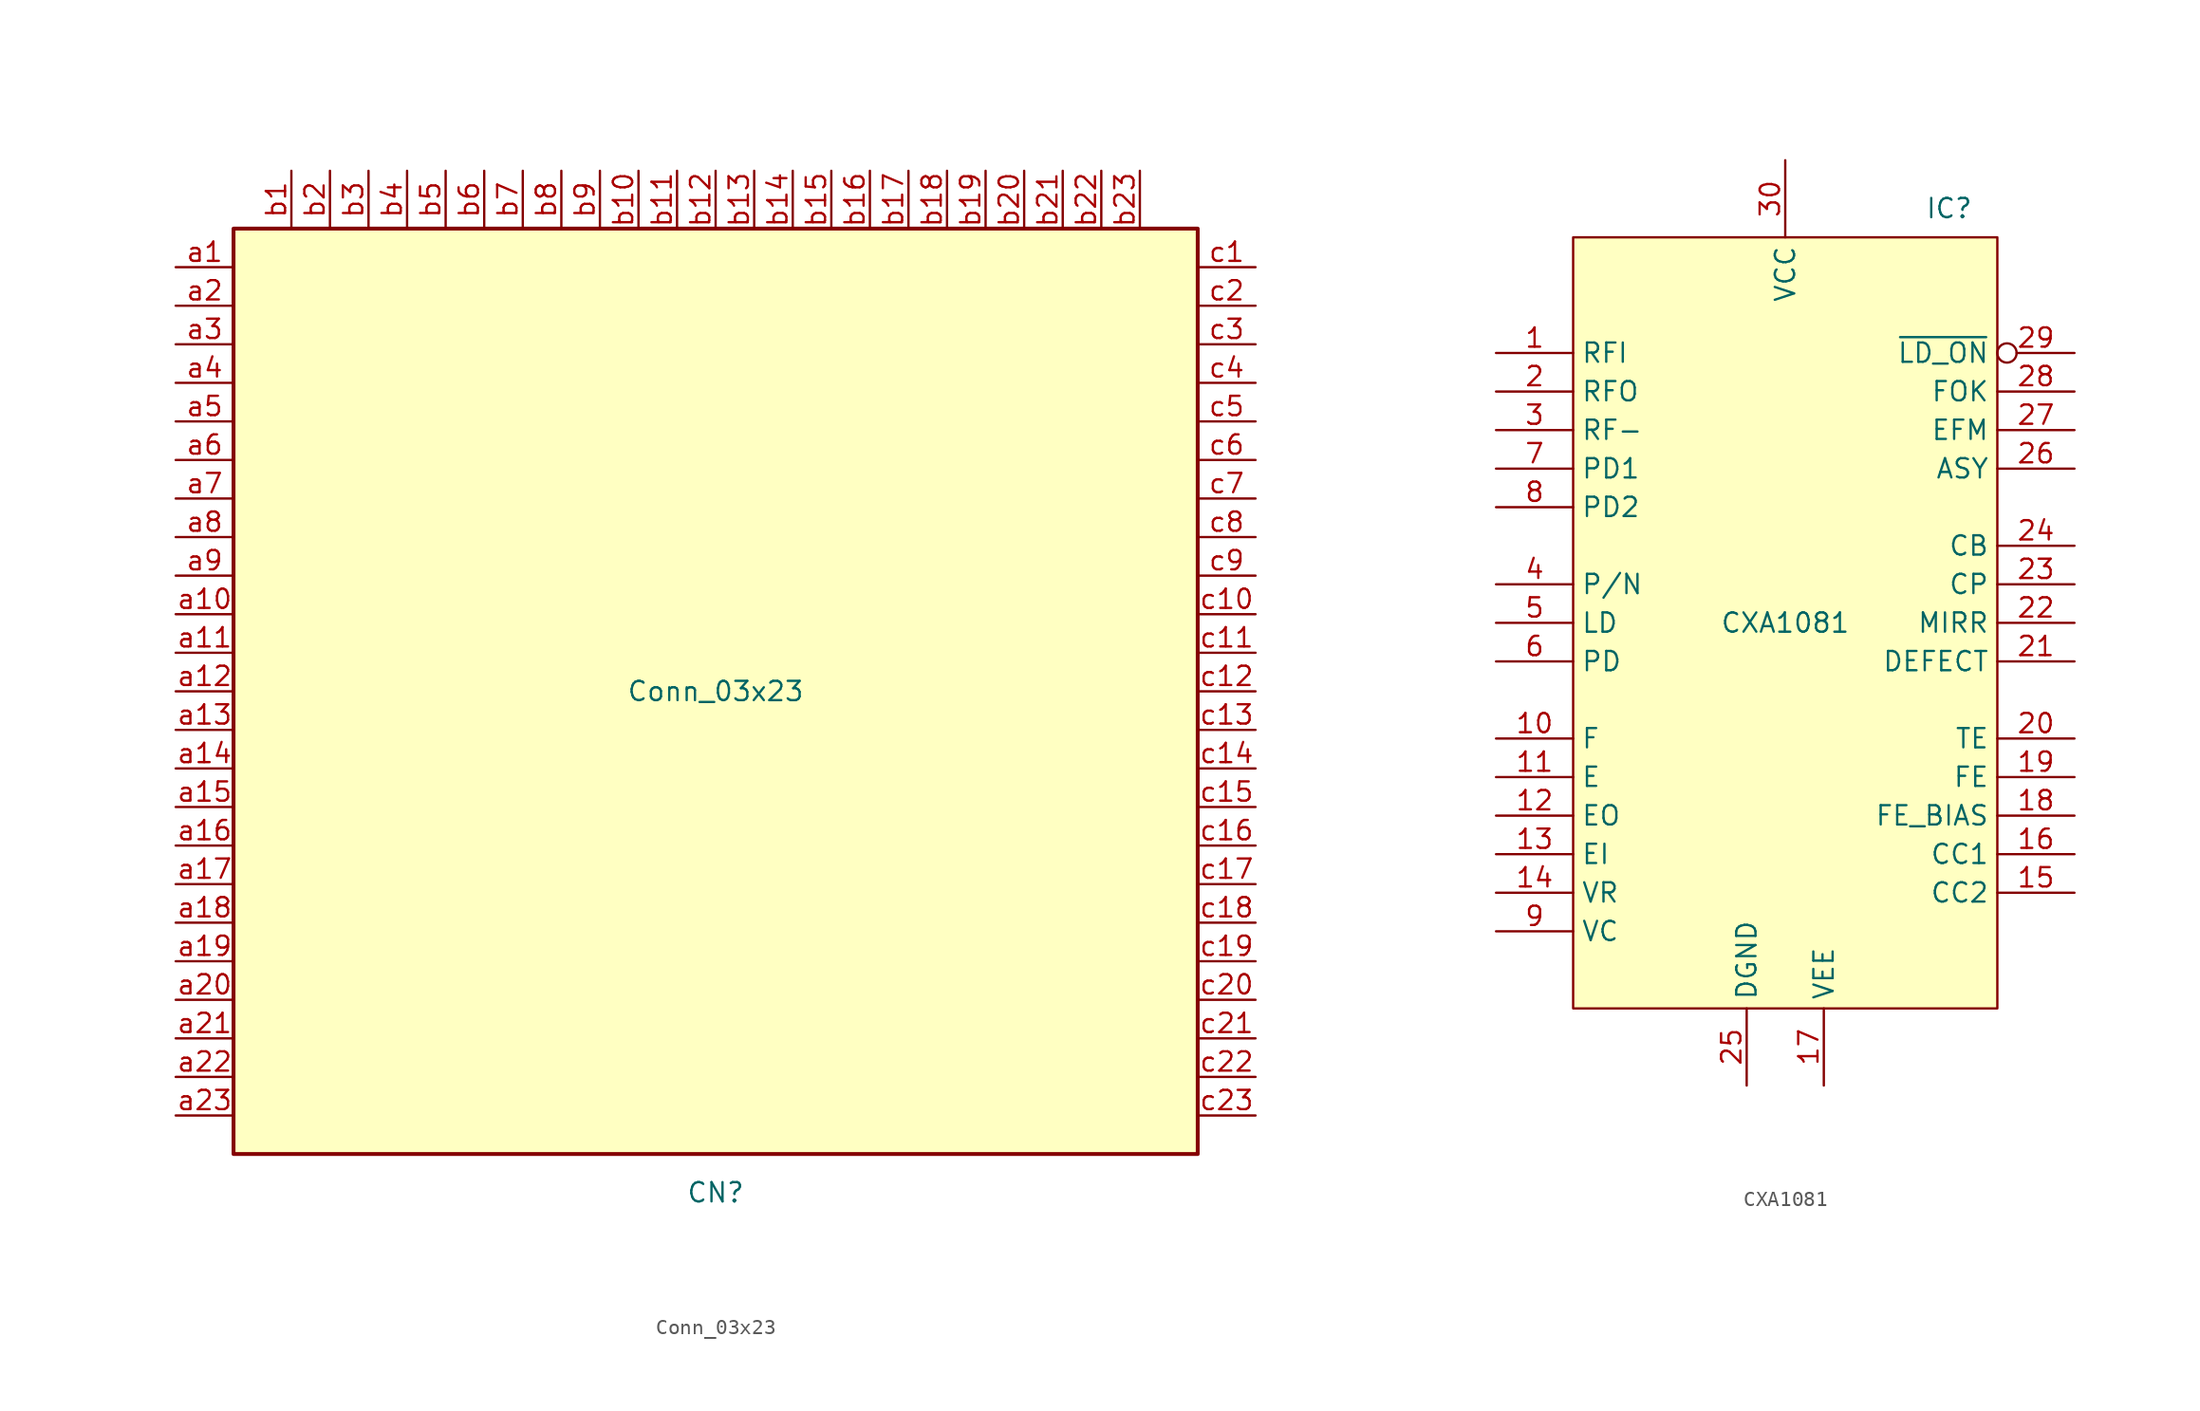
<source format=kicad_sym>
(kicad_symbol_lib
  (version 20220914)
  (generator kicad_symbol_editor)
  (symbol "Conn_03x23"
    (pin_names
      (offset 1.016) hide)
    (property "Reference" "CN"
      (at 0 -33.02 0)
      (effects (font (size 1.27 1.27))))
    (property "Value" "Conn_03x23"
      (at 0 0 0)
      (effects (font (size 1.27 1.27))))
    (symbol "Conn_03x23_1_1"
      (rectangle (start -31.75 30.48) (end 31.75 -30.48) (stroke (width 0.254) (type default)) (fill (type background)))
      (pin passive line (at -35.56 27.94 0) (length 3.81) (name "Pin_a1" (effects (font (size 1.27 1.27)))) (number "a1" (effects (font (size 1.27 1.27)))))
      (pin passive line (at -35.56 5.08 0) (length 3.81) (name "Pin_a10" (effects (font (size 1.27 1.27)))) (number "a10" (effects (font (size 1.27 1.27)))))
      (pin passive line (at -35.56 2.54 0) (length 3.81) (name "Pin_a11" (effects (font (size 1.27 1.27)))) (number "a11" (effects (font (size 1.27 1.27)))))
      (pin passive line (at -35.56 0 0) (length 3.81) (name "Pin_a12" (effects (font (size 1.27 1.27)))) (number "a12" (effects (font (size 1.27 1.27)))))
      (pin passive line (at -35.56 -2.54 0) (length 3.81) (name "Pin_a13" (effects (font (size 1.27 1.27)))) (number "a13" (effects (font (size 1.27 1.27)))))
      (pin passive line (at -35.56 -5.08 0) (length 3.81) (name "Pin_a14" (effects (font (size 1.27 1.27)))) (number "a14" (effects (font (size 1.27 1.27)))))
      (pin passive line (at -35.56 -7.62 0) (length 3.81) (name "Pin_a15" (effects (font (size 1.27 1.27)))) (number "a15" (effects (font (size 1.27 1.27)))))
      (pin passive line (at -35.56 -10.16 0) (length 3.81) (name "Pin_a16" (effects (font (size 1.27 1.27)))) (number "a16" (effects (font (size 1.27 1.27)))))
      (pin passive line (at -35.56 -12.7 0) (length 3.81) (name "Pin_a17" (effects (font (size 1.27 1.27)))) (number "a17" (effects (font (size 1.27 1.27)))))
      (pin passive line (at -35.56 -15.24 0) (length 3.81) (name "Pin_a18" (effects (font (size 1.27 1.27)))) (number "a18" (effects (font (size 1.27 1.27)))))
      (pin passive line (at -35.56 -17.78 0) (length 3.81) (name "Pin_a19" (effects (font (size 1.27 1.27)))) (number "a19" (effects (font (size 1.27 1.27)))))
      (pin passive line (at -35.56 25.4 0) (length 3.81) (name "Pin_a2" (effects (font (size 1.27 1.27)))) (number "a2" (effects (font (size 1.27 1.27)))))
      (pin passive line (at -35.56 -20.32 0) (length 3.81) (name "Pin_a20" (effects (font (size 1.27 1.27)))) (number "a20" (effects (font (size 1.27 1.27)))))
      (pin passive line (at -35.56 -22.86 0) (length 3.81) (name "Pin_a21" (effects (font (size 1.27 1.27)))) (number "a21" (effects (font (size 1.27 1.27)))))
      (pin passive line (at -35.56 -25.4 0) (length 3.81) (name "Pin_a22" (effects (font (size 1.27 1.27)))) (number "a22" (effects (font (size 1.27 1.27)))))
      (pin passive line (at -35.56 -27.94 0) (length 3.81) (name "Pin_a23" (effects (font (size 1.27 1.27)))) (number "a23" (effects (font (size 1.27 1.27)))))
      (pin passive line (at -35.56 22.86 0) (length 3.81) (name "Pin_a3" (effects (font (size 1.27 1.27)))) (number "a3" (effects (font (size 1.27 1.27)))))
      (pin passive line (at -35.56 20.32 0) (length 3.81) (name "Pin_a4" (effects (font (size 1.27 1.27)))) (number "a4" (effects (font (size 1.27 1.27)))))
      (pin passive line (at -35.56 17.78 0) (length 3.81) (name "Pin_a5" (effects (font (size 1.27 1.27)))) (number "a5" (effects (font (size 1.27 1.27)))))
      (pin passive line (at -35.56 15.24 0) (length 3.81) (name "Pin_a6" (effects (font (size 1.27 1.27)))) (number "a6" (effects (font (size 1.27 1.27)))))
      (pin passive line (at -35.56 12.7 0) (length 3.81) (name "Pin_a7" (effects (font (size 1.27 1.27)))) (number "a7" (effects (font (size 1.27 1.27)))))
      (pin passive line (at -35.56 10.16 0) (length 3.81) (name "Pin_a8" (effects (font (size 1.27 1.27)))) (number "a8" (effects (font (size 1.27 1.27)))))
      (pin passive line (at -35.56 7.62 0) (length 3.81) (name "Pin_a9" (effects (font (size 1.27 1.27)))) (number "a9" (effects (font (size 1.27 1.27)))))
      (pin passive line (at -27.94 34.29 270) (length 3.81) (name "Pin_b1" (effects (font (size 1.27 1.27)))) (number "b1" (effects (font (size 1.27 1.27)))))
      (pin passive line (at -5.08 34.29 270) (length 3.81) (name "Pin_b10" (effects (font (size 1.27 1.27)))) (number "b10" (effects (font (size 1.27 1.27)))))
      (pin passive line (at -2.54 34.29 270) (length 3.81) (name "Pin_b11" (effects (font (size 1.27 1.27)))) (number "b11" (effects (font (size 1.27 1.27)))))
      (pin passive line (at 0 34.29 270) (length 3.81) (name "Pin_b12" (effects (font (size 1.27 1.27)))) (number "b12" (effects (font (size 1.27 1.27)))))
      (pin passive line (at 2.54 34.29 270) (length 3.81) (name "Pin_b13" (effects (font (size 1.27 1.27)))) (number "b13" (effects (font (size 1.27 1.27)))))
      (pin passive line (at 5.08 34.29 270) (length 3.81) (name "Pin_b14" (effects (font (size 1.27 1.27)))) (number "b14" (effects (font (size 1.27 1.27)))))
      (pin passive line (at 7.62 34.29 270) (length 3.81) (name "Pin_b15" (effects (font (size 1.27 1.27)))) (number "b15" (effects (font (size 1.27 1.27)))))
      (pin passive line (at 10.16 34.29 270) (length 3.81) (name "Pin_b16" (effects (font (size 1.27 1.27)))) (number "b16" (effects (font (size 1.27 1.27)))))
      (pin passive line (at 12.7 34.29 270) (length 3.81) (name "Pin_b17" (effects (font (size 1.27 1.27)))) (number "b17" (effects (font (size 1.27 1.27)))))
      (pin passive line (at 15.24 34.29 270) (length 3.81) (name "Pin_b18" (effects (font (size 1.27 1.27)))) (number "b18" (effects (font (size 1.27 1.27)))))
      (pin passive line (at 17.78 34.29 270) (length 3.81) (name "Pin_b19" (effects (font (size 1.27 1.27)))) (number "b19" (effects (font (size 1.27 1.27)))))
      (pin passive line (at -25.4 34.29 270) (length 3.81) (name "Pin_b2" (effects (font (size 1.27 1.27)))) (number "b2" (effects (font (size 1.27 1.27)))))
      (pin passive line (at 20.32 34.29 270) (length 3.81) (name "Pin_b20" (effects (font (size 1.27 1.27)))) (number "b20" (effects (font (size 1.27 1.27)))))
      (pin passive line (at 22.86 34.29 270) (length 3.81) (name "Pin_b21" (effects (font (size 1.27 1.27)))) (number "b21" (effects (font (size 1.27 1.27)))))
      (pin passive line (at 25.4 34.29 270) (length 3.81) (name "Pin_b22" (effects (font (size 1.27 1.27)))) (number "b22" (effects (font (size 1.27 1.27)))))
      (pin passive line (at 27.94 34.29 270) (length 3.81) (name "Pin_b23" (effects (font (size 1.27 1.27)))) (number "b23" (effects (font (size 1.27 1.27)))))
      (pin passive line (at -22.86 34.29 270) (length 3.81) (name "Pin_b3" (effects (font (size 1.27 1.27)))) (number "b3" (effects (font (size 1.27 1.27)))))
      (pin passive line (at -20.32 34.29 270) (length 3.81) (name "Pin_b4" (effects (font (size 1.27 1.27)))) (number "b4" (effects (font (size 1.27 1.27)))))
      (pin passive line (at -17.78 34.29 270) (length 3.81) (name "Pin_b5" (effects (font (size 1.27 1.27)))) (number "b5" (effects (font (size 1.27 1.27)))))
      (pin passive line (at -15.24 34.29 270) (length 3.81) (name "Pin_b6" (effects (font (size 1.27 1.27)))) (number "b6" (effects (font (size 1.27 1.27)))))
      (pin passive line (at -12.7 34.29 270) (length 3.81) (name "Pin_b7" (effects (font (size 1.27 1.27)))) (number "b7" (effects (font (size 1.27 1.27)))))
      (pin passive line (at -10.16 34.29 270) (length 3.81) (name "Pin_b8" (effects (font (size 1.27 1.27)))) (number "b8" (effects (font (size 1.27 1.27)))))
      (pin passive line (at -7.62 34.29 270) (length 3.81) (name "Pin_b9" (effects (font (size 1.27 1.27)))) (number "b9" (effects (font (size 1.27 1.27)))))
      (pin passive line (at 35.56 27.94 180) (length 3.81) (name "Pin_c1" (effects (font (size 1.27 1.27)))) (number "c1" (effects (font (size 1.27 1.27)))))
      (pin passive line (at 35.56 5.08 180) (length 3.81) (name "Pin_c10" (effects (font (size 1.27 1.27)))) (number "c10" (effects (font (size 1.27 1.27)))))
      (pin passive line (at 35.56 2.54 180) (length 3.81) (name "Pin_c11" (effects (font (size 1.27 1.27)))) (number "c11" (effects (font (size 1.27 1.27)))))
      (pin passive line (at 35.56 0 180) (length 3.81) (name "Pin_c12" (effects (font (size 1.27 1.27)))) (number "c12" (effects (font (size 1.27 1.27)))))
      (pin passive line (at 35.56 -2.54 180) (length 3.81) (name "Pin_c13" (effects (font (size 1.27 1.27)))) (number "c13" (effects (font (size 1.27 1.27)))))
      (pin passive line (at 35.56 -5.08 180) (length 3.81) (name "Pin_c14" (effects (font (size 1.27 1.27)))) (number "c14" (effects (font (size 1.27 1.27)))))
      (pin passive line (at 35.56 -7.62 180) (length 3.81) (name "Pin_c15" (effects (font (size 1.27 1.27)))) (number "c15" (effects (font (size 1.27 1.27)))))
      (pin passive line (at 35.56 -10.16 180) (length 3.81) (name "Pin_c16" (effects (font (size 1.27 1.27)))) (number "c16" (effects (font (size 1.27 1.27)))))
      (pin passive line (at 35.56 -12.7 180) (length 3.81) (name "Pin_c17" (effects (font (size 1.27 1.27)))) (number "c17" (effects (font (size 1.27 1.27)))))
      (pin passive line (at 35.56 -15.24 180) (length 3.81) (name "Pin_c18" (effects (font (size 1.27 1.27)))) (number "c18" (effects (font (size 1.27 1.27)))))
      (pin passive line (at 35.56 -17.78 180) (length 3.81) (name "Pin_c19" (effects (font (size 1.27 1.27)))) (number "c19" (effects (font (size 1.27 1.27)))))
      (pin passive line (at 35.56 25.4 180) (length 3.81) (name "Pin_c2" (effects (font (size 1.27 1.27)))) (number "c2" (effects (font (size 1.27 1.27)))))
      (pin passive line (at 35.56 -20.32 180) (length 3.81) (name "Pin_c20" (effects (font (size 1.27 1.27)))) (number "c20" (effects (font (size 1.27 1.27)))))
      (pin passive line (at 35.56 -22.86 180) (length 3.81) (name "Pin_c21" (effects (font (size 1.27 1.27)))) (number "c21" (effects (font (size 1.27 1.27)))))
      (pin passive line (at 35.56 -25.4 180) (length 3.81) (name "Pin_c22" (effects (font (size 1.27 1.27)))) (number "c22" (effects (font (size 1.27 1.27)))))
      (pin passive line (at 35.56 -27.94 180) (length 3.81) (name "Pin_c23" (effects (font (size 1.27 1.27)))) (number "c23" (effects (font (size 1.27 1.27)))))
      (pin passive line (at 35.56 22.86 180) (length 3.81) (name "Pin_c3" (effects (font (size 1.27 1.27)))) (number "c3" (effects (font (size 1.27 1.27)))))
      (pin passive line (at 35.56 20.32 180) (length 3.81) (name "Pin_c4" (effects (font (size 1.27 1.27)))) (number "c4" (effects (font (size 1.27 1.27)))))
      (pin passive line (at 35.56 17.78 180) (length 3.81) (name "Pin_c5" (effects (font (size 1.27 1.27)))) (number "c5" (effects (font (size 1.27 1.27)))))
      (pin passive line (at 35.56 15.24 180) (length 3.81) (name "Pin_c6" (effects (font (size 1.27 1.27)))) (number "c6" (effects (font (size 1.27 1.27)))))
      (pin passive line (at 35.56 12.7 180) (length 3.81) (name "Pin_c7" (effects (font (size 1.27 1.27)))) (number "c7" (effects (font (size 1.27 1.27)))))
      (pin passive line (at 35.56 10.16 180) (length 3.81) (name "Pin_c8" (effects (font (size 1.27 1.27)))) (number "c8" (effects (font (size 1.27 1.27)))))
      (pin passive line (at 35.56 7.62 180) (length 3.81) (name "Pin_c9" (effects (font (size 1.27 1.27)))) (number "c9" (effects (font (size 1.27 1.27)))))))
  (symbol "CXA1081"
    (property "Reference" "IC"
      (at 10.795 27.305 0)
      (effects (font (size 1.27 1.27))))
    (property "Value" "CXA1081"
      (at 0 0 0)
      (effects (font (size 1.27 1.27))))
    (symbol "CXA1081_1_1"
      (rectangle (start -13.97 25.4) (end 13.97 -25.4) (stroke (width 0) (type default)) (fill (type background)))
      (pin input line (at -19.05 17.78 0) (length 5.08) (name "RFI" (effects (font (size 1.27 1.27)))) (number "1" (effects (font (size 1.27 1.27)))))
      (pin input line (at -19.05 -7.62 0) (length 5.08) (name "F" (effects (font (size 1.27 1.27)))) (number "10" (effects (font (size 1.27 1.27)))))
      (pin input line (at -19.05 -10.16 0) (length 5.08) (name "E" (effects (font (size 1.27 1.27)))) (number "11" (effects (font (size 1.27 1.27)))))
      (pin output line (at -19.05 -12.7 0) (length 5.08) (name "EO" (effects (font (size 1.27 1.27)))) (number "12" (effects (font (size 1.27 1.27)))))
      (pin input line (at -19.05 -15.24 0) (length 5.08) (name "EI" (effects (font (size 1.27 1.27)))) (number "13" (effects (font (size 1.27 1.27)))))
      (pin output line (at -19.05 -17.78 0) (length 5.08) (name "VR" (effects (font (size 1.27 1.27)))) (number "14" (effects (font (size 1.27 1.27)))))
      (pin input line (at 19.05 -17.78 180) (length 5.08) (name "CC2" (effects (font (size 1.27 1.27)))) (number "15" (effects (font (size 1.27 1.27)))))
      (pin output line (at 19.05 -15.24 180) (length 5.08) (name "CC1" (effects (font (size 1.27 1.27)))) (number "16" (effects (font (size 1.27 1.27)))))
      (pin power_out line (at 2.54 -30.48 90) (length 5.08) (name "VEE" (effects (font (size 1.27 1.27)))) (number "17" (effects (font (size 1.27 1.27)))))
      (pin input line (at 19.05 -12.7 180) (length 5.08) (name "FE_BIAS" (effects (font (size 1.27 1.27)))) (number "18" (effects (font (size 1.27 1.27)))))
      (pin output line (at 19.05 -10.16 180) (length 5.08) (name "FE" (effects (font (size 1.27 1.27)))) (number "19" (effects (font (size 1.27 1.27)))))
      (pin output line (at -19.05 15.24 0) (length 5.08) (name "RFO" (effects (font (size 1.27 1.27)))) (number "2" (effects (font (size 1.27 1.27)))))
      (pin output line (at 19.05 -7.62 180) (length 5.08) (name "TE" (effects (font (size 1.27 1.27)))) (number "20" (effects (font (size 1.27 1.27)))))
      (pin output line (at 19.05 -2.54 180) (length 5.08) (name "DEFECT" (effects (font (size 1.27 1.27)))) (number "21" (effects (font (size 1.27 1.27)))))
      (pin output line (at 19.05 0 180) (length 5.08) (name "MIRR" (effects (font (size 1.27 1.27)))) (number "22" (effects (font (size 1.27 1.27)))))
      (pin input line (at 19.05 2.54 180) (length 5.08) (name "CP" (effects (font (size 1.27 1.27)))) (number "23" (effects (font (size 1.27 1.27)))))
      (pin input line (at 19.05 5.08 180) (length 5.08) (name "CB" (effects (font (size 1.27 1.27)))) (number "24" (effects (font (size 1.27 1.27)))))
      (pin power_out line (at -2.54 -30.48 90) (length 5.08) (name "DGND" (effects (font (size 1.27 1.27)))) (number "25" (effects (font (size 1.27 1.27)))))
      (pin input line (at 19.05 10.16 180) (length 5.08) (name "ASY" (effects (font (size 1.27 1.27)))) (number "26" (effects (font (size 1.27 1.27)))))
      (pin output line (at 19.05 12.7 180) (length 5.08) (name "EFM" (effects (font (size 1.27 1.27)))) (number "27" (effects (font (size 1.27 1.27)))))
      (pin output line (at 19.05 15.24 180) (length 5.08) (name "FOK" (effects (font (size 1.27 1.27)))) (number "28" (effects (font (size 1.27 1.27)))))
      (pin input inverted (at 19.05 17.78 180) (length 5.08) (name "~{LD_ON}" (effects (font (size 1.27 1.27)))) (number "29" (effects (font (size 1.27 1.27)))))
      (pin input line (at -19.05 12.7 0) (length 5.08) (name "RF-" (effects (font (size 1.27 1.27)))) (number "3" (effects (font (size 1.27 1.27)))))
      (pin power_in line (at 0 30.48 270) (length 5.08) (name "VCC" (effects (font (size 1.27 1.27)))) (number "30" (effects (font (size 1.27 1.27)))))
      (pin input line (at -19.05 2.54 0) (length 5.08) (name "P/N" (effects (font (size 1.27 1.27)))) (number "4" (effects (font (size 1.27 1.27)))))
      (pin output line (at -19.05 0 0) (length 5.08) (name "LD" (effects (font (size 1.27 1.27)))) (number "5" (effects (font (size 1.27 1.27)))))
      (pin input line (at -19.05 -2.54 0) (length 5.08) (name "PD" (effects (font (size 1.27 1.27)))) (number "6" (effects (font (size 1.27 1.27)))))
      (pin input line (at -19.05 10.16 0) (length 5.08) (name "PD1" (effects (font (size 1.27 1.27)))) (number "7" (effects (font (size 1.27 1.27)))))
      (pin input line (at -19.05 7.62 0) (length 5.08) (name "PD2" (effects (font (size 1.27 1.27)))) (number "8" (effects (font (size 1.27 1.27)))))
      (pin passive line (at -19.05 -20.32 0) (length 5.08) (name "VC" (effects (font (size 1.27 1.27)))) (number "9" (effects (font (size 1.27 1.27))))))))
</source>
